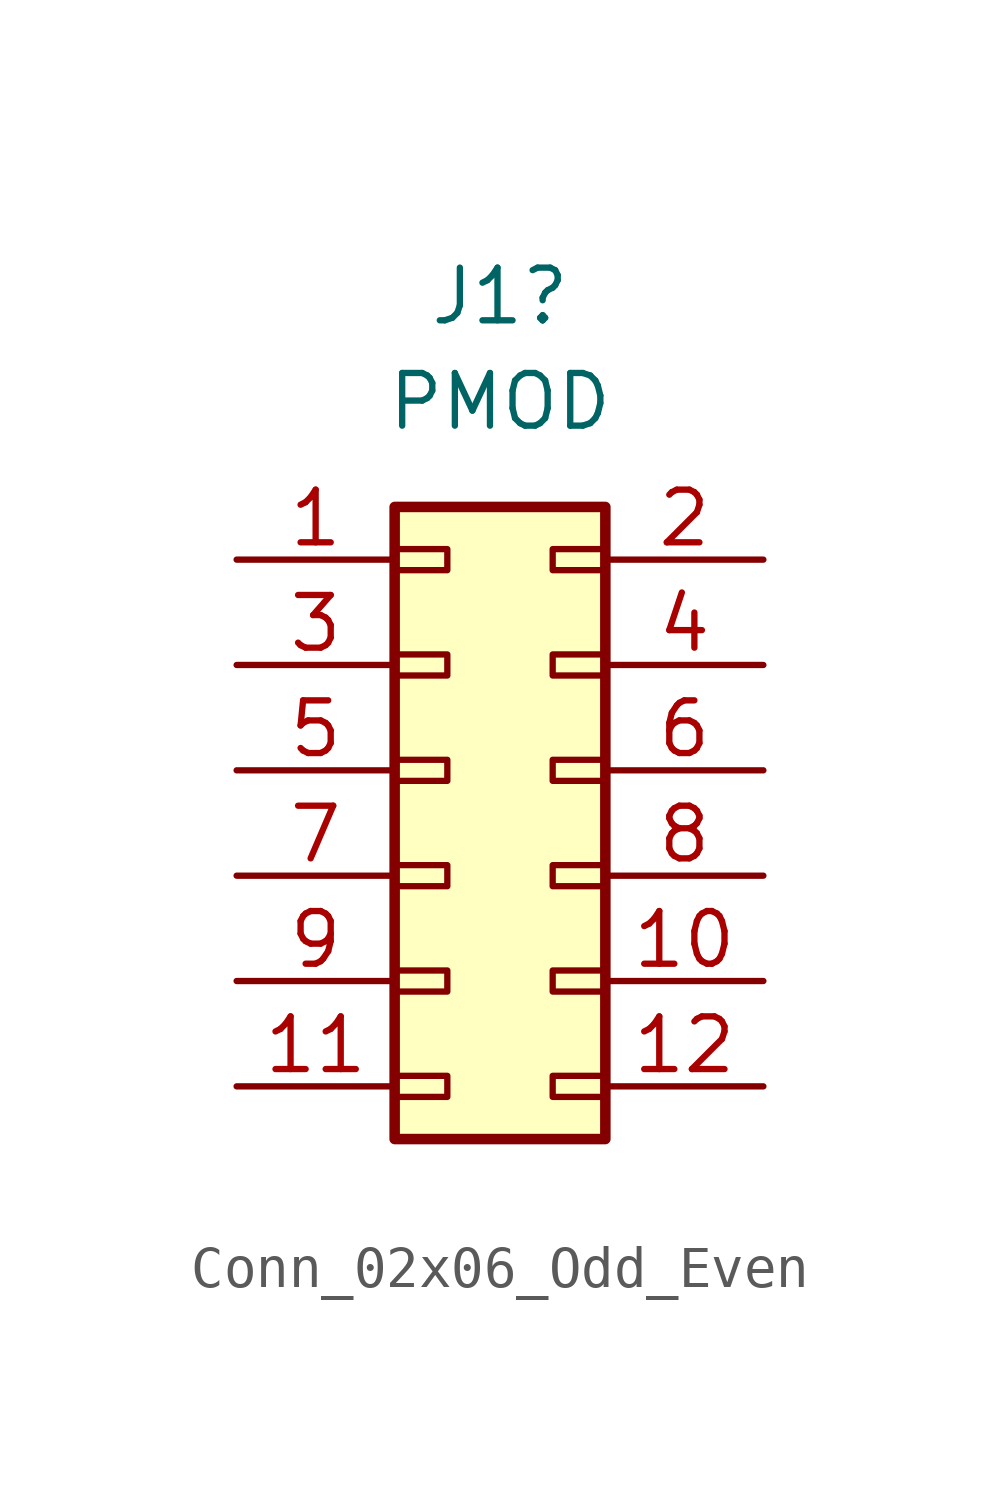
<source format=kicad_sym>
(kicad_symbol_lib
  (version 20241209)
  (generator "kicad_symbol_editor")
  (generator_version "9.0")
  (symbol "Conn_02x06_Odd_Even"
    (pin_names
      (offset 1.016)
      (hide yes))
    (property "Reference" "J1"
      (at 1.27 11.43 0)
      (effects (font (size 1.27 1.27))))
    (property "Value" "PMOD"
      (at 1.27 8.89 0)
      (effects (font (size 1.27 1.27))))
    (symbol "Conn_02x06_Odd_Even_1_1"
      (rectangle (start -1.27 6.35) (end 3.81 -8.89) (stroke (width 0.254) (type default)) (fill (type background)))
      (rectangle (start -1.27 5.334) (end 0 4.826) (stroke (width 0.152) (type default)) (fill (type none)))
      (rectangle (start -1.27 2.794) (end 0 2.286) (stroke (width 0.152) (type default)) (fill (type none)))
      (rectangle (start -1.27 0.254) (end 0 -0.254) (stroke (width 0.152) (type default)) (fill (type none)))
      (rectangle (start -1.27 -2.286) (end 0 -2.794) (stroke (width 0.152) (type default)) (fill (type none)))
      (rectangle (start -1.27 -4.826) (end 0 -5.334) (stroke (width 0.152) (type default)) (fill (type none)))
      (rectangle (start -1.27 -7.366) (end 0 -7.874) (stroke (width 0.152) (type default)) (fill (type none)))
      (rectangle (start 2.54 5.334) (end 3.81 4.826) (stroke (width 0.152) (type default)) (fill (type none)))
      (rectangle (start 2.54 2.794) (end 3.81 2.286) (stroke (width 0.152) (type default)) (fill (type none)))
      (rectangle (start 2.54 0.254) (end 3.81 -0.254) (stroke (width 0.152) (type default)) (fill (type none)))
      (rectangle (start 2.54 -2.286) (end 3.81 -2.794) (stroke (width 0.152) (type default)) (fill (type none)))
      (rectangle (start 2.54 -4.826) (end 3.81 -5.334) (stroke (width 0.152) (type default)) (fill (type none)))
      (rectangle (start 2.54 -7.366) (end 3.81 -7.874) (stroke (width 0.152) (type default)) (fill (type none)))
      (pin passive line (at -5.08 5.08 0) (length 3.81) (name "Pin_1" (effects (font (size 1.27 1.27)))) (number "1" (effects (font (size 1.27 1.27)))))
      (pin passive line (at -5.08 2.54 0) (length 3.81) (name "Pin_3" (effects (font (size 1.27 1.27)))) (number "3" (effects (font (size 1.27 1.27)))))
      (pin passive line (at -5.08 0 0) (length 3.81) (name "Pin_5" (effects (font (size 1.27 1.27)))) (number "5" (effects (font (size 1.27 1.27)))))
      (pin passive line (at -5.08 -2.54 0) (length 3.81) (name "Pin_7" (effects (font (size 1.27 1.27)))) (number "7" (effects (font (size 1.27 1.27)))))
      (pin passive line (at -5.08 -5.08 0) (length 3.81) (name "Pin_9" (effects (font (size 1.27 1.27)))) (number "9" (effects (font (size 1.27 1.27)))))
      (pin passive line (at -5.08 -7.62 0) (length 3.81) (name "Pin_11" (effects (font (size 1.27 1.27)))) (number "11" (effects (font (size 1.27 1.27)))))
      (pin passive line (at 7.62 5.08 180) (length 3.81) (name "Pin_2" (effects (font (size 1.27 1.27)))) (number "2" (effects (font (size 1.27 1.27)))))
      (pin passive line (at 7.62 2.54 180) (length 3.81) (name "Pin_4" (effects (font (size 1.27 1.27)))) (number "4" (effects (font (size 1.27 1.27)))))
      (pin passive line (at 7.62 0 180) (length 3.81) (name "Pin_6" (effects (font (size 1.27 1.27)))) (number "6" (effects (font (size 1.27 1.27)))))
      (pin passive line (at 7.62 -2.54 180) (length 3.81) (name "Pin_8" (effects (font (size 1.27 1.27)))) (number "8" (effects (font (size 1.27 1.27)))))
      (pin passive line (at 7.62 -5.08 180) (length 3.81) (name "Pin_10" (effects (font (size 1.27 1.27)))) (number "10" (effects (font (size 1.27 1.27)))))
      (pin passive line (at 7.62 -7.62 180) (length 3.81) (name "Pin_12" (effects (font (size 1.27 1.27)))) (number "12" (effects (font (size 1.27 1.27))))))))
</source>
